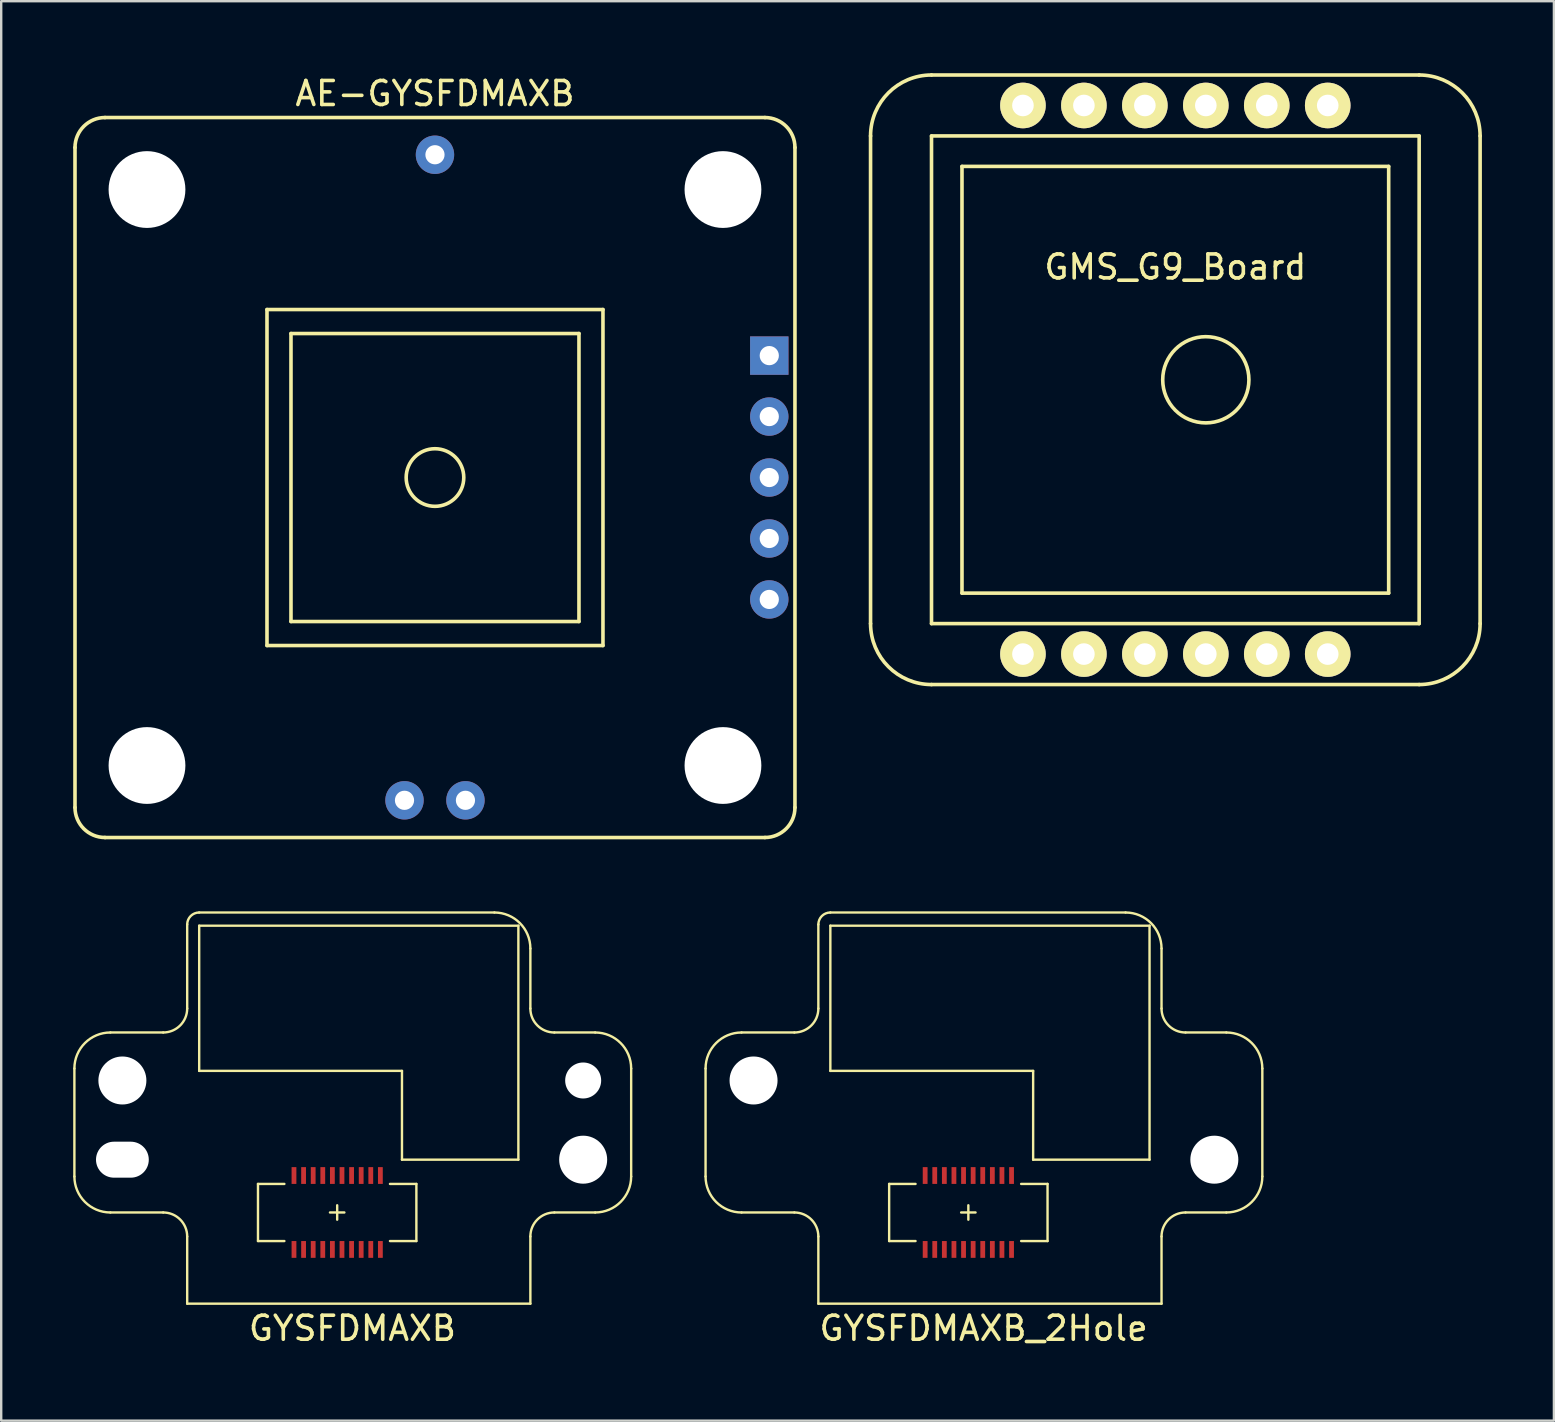
<source format=kicad_pcb>
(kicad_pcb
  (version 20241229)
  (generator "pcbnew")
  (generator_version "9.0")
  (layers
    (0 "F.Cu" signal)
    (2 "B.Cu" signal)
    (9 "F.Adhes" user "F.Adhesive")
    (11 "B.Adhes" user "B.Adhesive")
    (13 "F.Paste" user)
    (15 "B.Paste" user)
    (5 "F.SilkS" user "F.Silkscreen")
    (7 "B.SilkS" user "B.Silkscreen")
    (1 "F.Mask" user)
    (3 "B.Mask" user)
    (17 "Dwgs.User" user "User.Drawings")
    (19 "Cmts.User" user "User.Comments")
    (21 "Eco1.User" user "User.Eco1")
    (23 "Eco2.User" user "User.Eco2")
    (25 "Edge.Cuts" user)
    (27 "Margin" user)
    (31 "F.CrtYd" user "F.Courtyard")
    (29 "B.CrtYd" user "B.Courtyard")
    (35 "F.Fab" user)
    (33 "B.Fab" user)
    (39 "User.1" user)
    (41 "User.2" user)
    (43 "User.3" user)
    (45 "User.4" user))
  (footprint "AE-GYSFDMAXB"
    (layer "F.Cu")
    (at 15.075 16.848)
    (property "Reference" "AE-GYSFDMAXB" (at 0 -16 0) (layer "F.SilkS") (effects (font (size 1 1) (thickness 0.15))))
    (attr through_hole)
    (fp_line (start -15 13.75) (end -15 -13.75) (stroke (width 0.15) (type solid)) (layer "F.SilkS"))
    (fp_line (start -13.75 -15) (end 13.75 -15) (stroke (width 0.15) (type solid)) (layer "F.SilkS"))
    (fp_line (start -7 -7) (end -7 7) (stroke (width 0.15) (type solid)) (layer "F.SilkS"))
    (fp_line (start -7 7) (end 7 7) (stroke (width 0.15) (type solid)) (layer "F.SilkS"))
    (fp_line (start -6 -6) (end -6 6) (stroke (width 0.15) (type solid)) (layer "F.SilkS"))
    (fp_line (start -6 6) (end 6 6) (stroke (width 0.15) (type solid)) (layer "F.SilkS"))
    (fp_line (start 6 -6) (end -6 -6) (stroke (width 0.15) (type solid)) (layer "F.SilkS"))
    (fp_line (start 6 6) (end 6 -6) (stroke (width 0.15) (type solid)) (layer "F.SilkS"))
    (fp_line (start 7 -7) (end -7 -7) (stroke (width 0.15) (type solid)) (layer "F.SilkS"))
    (fp_line (start 7 7) (end 7 -7) (stroke (width 0.15) (type solid)) (layer "F.SilkS"))
    (fp_line (start 13.75 15) (end -13.75 15) (stroke (width 0.15) (type solid)) (layer "F.SilkS"))
    (fp_line (start 15 -13.75) (end 15 13.75) (stroke (width 0.15) (type solid)) (layer "F.SilkS"))
    (fp_arc (start -15 -13.75) (mid -14.633883 -14.633883) (end -13.75 -15) (stroke (width 0.15) (type solid)) (layer "F.SilkS"))
    (fp_arc (start -13.75 15) (mid -14.633883 14.633883) (end -15 13.75) (stroke (width 0.15) (type solid)) (layer "F.SilkS"))
    (fp_arc (start 13.75 -15) (mid 14.633883 -14.633883) (end 15 -13.75) (stroke (width 0.15) (type solid)) (layer "F.SilkS"))
    (fp_arc (start 15 13.75) (mid 14.633883 14.633883) (end 13.75 15) (stroke (width 0.15) (type solid)) (layer "F.SilkS"))
    (fp_circle (center 0 0) (end 1.2 0) (stroke (width 0.15) (type solid)) (fill no) (layer "F.SilkS"))
    (pad "" np_thru_hole circle (at -12 -12) (size 3.2 3.2) (drill 3.2) (layers "*.Cu" "*.Mask"))
    (pad "" np_thru_hole circle (at -12 12) (size 3.2 3.2) (drill 3.2) (layers "*.Cu" "*.Mask"))
    (pad "" np_thru_hole circle (at 12 -12) (size 3.2 3.2) (drill 3.2) (layers "*.Cu" "*.Mask"))
    (pad "" np_thru_hole circle (at 12 12) (size 3.2 3.2) (drill 3.2) (layers "*.Cu" "*.Mask"))
    (pad "1" thru_hole rect (at 13.93 -5.08) (size 1.6 1.6) (drill 0.8) (layers "*.Cu" "*.Mask"))
    (pad "2" thru_hole circle (at 13.93 -2.54) (size 1.6 1.6) (drill 0.8) (layers "*.Cu" "*.Mask"))
    (pad "3" thru_hole circle (at 13.93 0) (size 1.6 1.6) (drill 0.8) (layers "*.Cu" "*.Mask"))
    (pad "4" thru_hole circle (at 13.93 2.54) (size 1.6 1.6) (drill 0.8) (layers "*.Cu" "*.Mask"))
    (pad "5" thru_hole circle (at 13.93 5.08) (size 1.6 1.6) (drill 0.8) (layers "*.Cu" "*.Mask"))
    (pad "6" thru_hole circle (at -1.27 13.45) (size 1.6 1.6) (drill 0.8) (layers "*.Cu" "*.Mask"))
    (pad "6" thru_hole circle (at 1.27 13.45) (size 1.6 1.6) (drill 0.8) (layers "*.Cu" "*.Mask"))
    (pad "7" thru_hole circle (at 0 -13.45) (size 1.6 1.6) (drill 0.8) (layers "*.Cu" "*.Mask")))
  (footprint "GMS_G9_Board"
    (layer "F.Cu")
    (at 45.925 12.775)
    (property "Reference" "GMS_G9_Board" (at 0 -4.7 0) (layer "F.SilkS") (effects (font (size 1 1) (thickness 0.15))))
    (attr through_hole)
    (fp_line (start -12.7 -10.16) (end -12.7 10.16) (stroke (width 0.15) (type solid)) (layer "F.SilkS"))
    (fp_line (start -10.16 -10.16) (end 10.16 -10.16) (stroke (width 0.15) (type solid)) (layer "F.SilkS"))
    (fp_line (start -10.16 10.16) (end -10.16 -10.16) (stroke (width 0.15) (type solid)) (layer "F.SilkS"))
    (fp_line (start -10.16 12.7) (end 10.16 12.7) (stroke (width 0.15) (type solid)) (layer "F.SilkS"))
    (fp_line (start -8.89 -8.89) (end -8.89 8.89) (stroke (width 0.15) (type solid)) (layer "F.SilkS"))
    (fp_line (start -8.89 8.89) (end 8.89 8.89) (stroke (width 0.15) (type solid)) (layer "F.SilkS"))
    (fp_line (start 8.89 -8.89) (end -8.89 -8.89) (stroke (width 0.15) (type solid)) (layer "F.SilkS"))
    (fp_line (start 8.89 8.89) (end 8.89 -8.89) (stroke (width 0.15) (type solid)) (layer "F.SilkS"))
    (fp_line (start 10.16 -12.7) (end -10.16 -12.7) (stroke (width 0.15) (type solid)) (layer "F.SilkS"))
    (fp_line (start 10.16 -10.16) (end 10.16 10.16) (stroke (width 0.15) (type solid)) (layer "F.SilkS"))
    (fp_line (start 10.16 10.16) (end -10.16 10.16) (stroke (width 0.15) (type solid)) (layer "F.SilkS"))
    (fp_line (start 12.7 10.16) (end 12.7 -10.16) (stroke (width 0.15) (type solid)) (layer "F.SilkS"))
    (fp_arc (start -12.7 -10.16) (mid -11.956051 -11.956051) (end -10.16 -12.7) (stroke (width 0.15) (type solid)) (layer "F.SilkS"))
    (fp_arc (start -10.16 12.7) (mid -11.956051 11.956051) (end -12.7 10.16) (stroke (width 0.15) (type solid)) (layer "F.SilkS"))
    (fp_arc (start 10.16 -12.7) (mid 11.956051 -11.956051) (end 12.7 -10.16) (stroke (width 0.15) (type solid)) (layer "F.SilkS"))
    (fp_arc (start 12.7 10.16) (mid 11.956051 11.956051) (end 10.16 12.7) (stroke (width 0.15) (type solid)) (layer "F.SilkS"))
    (fp_circle (center 1.27 0) (end 2.54 1.27) (stroke (width 0.15) (type solid)) (fill no) (layer "F.SilkS"))
    (pad "1" thru_hole circle (at -6.35 11.43) (size 1.9 1.9) (drill 0.9) (layers "*.Cu" "*.Mask" "F.SilkS"))
    (pad "2" thru_hole circle (at -3.81 11.43) (size 1.9 1.9) (drill 0.9) (layers "*.Cu" "*.Mask" "F.SilkS"))
    (pad "3" thru_hole circle (at -1.27 11.43) (size 1.9 1.9) (drill 0.9) (layers "*.Cu" "*.Mask" "F.SilkS"))
    (pad "4" thru_hole circle (at 1.27 11.43) (size 1.9 1.9) (drill 0.9) (layers "*.Cu" "*.Mask" "F.SilkS"))
    (pad "5" thru_hole circle (at 3.81 11.43) (size 1.9 1.9) (drill 0.9) (layers "*.Cu" "*.Mask" "F.SilkS"))
    (pad "6" thru_hole circle (at 6.35 11.43) (size 1.9 1.9) (drill 0.9) (layers "*.Cu" "*.Mask" "F.SilkS"))
    (pad "7" thru_hole circle (at 6.35 -11.43) (size 1.9 1.9) (drill 0.9) (layers "*.Cu" "*.Mask" "F.SilkS"))
    (pad "8" thru_hole circle (at 3.81 -11.43) (size 1.9 1.9) (drill 0.9) (layers "*.Cu" "*.Mask" "F.SilkS"))
    (pad "9" thru_hole circle (at 1.27 -11.43) (size 1.9 1.9) (drill 0.9) (layers "*.Cu" "*.Mask" "F.SilkS"))
    (pad "10" thru_hole circle (at -1.27 -11.43) (size 1.9 1.9) (drill 0.9) (layers "*.Cu" "*.Mask" "F.SilkS"))
    (pad "11" thru_hole circle (at -3.81 -11.43) (size 1.9 1.9) (drill 0.9) (layers "*.Cu" "*.Mask" "F.SilkS"))
    (pad "12" thru_hole circle (at -6.35 -11.43) (size 1.9 1.9) (drill 0.9) (layers "*.Cu" "*.Mask" "F.SilkS")))
  (footprint "GYSFDMAXB_2Hole"
    (layer "F.Cu")
    (at 37.3 47.473)
    (property "Reference" "GYSFDMAXB_2Hole" (at 0.635 4.826 0) (layer "F.SilkS") (effects (font (size 1 1) (thickness 0.15))))
    (attr through_hole)
    (fp_line (start -10.95 -6) (end -10.95 -1.5) (stroke (width 0.1) (type solid)) (layer "F.SilkS"))
    (fp_line (start -9.45 -7.5) (end -7.25 -7.5) (stroke (width 0.1) (type solid)) (layer "F.SilkS"))
    (fp_line (start -7.25 0) (end -9.45 0) (stroke (width 0.1) (type solid)) (layer "F.SilkS"))
    (fp_line (start -6.25 -12) (end -6.25 -8.5) (stroke (width 0.1) (type solid)) (layer "F.SilkS"))
    (fp_line (start -6.25 3.8) (end -6.25 1) (stroke (width 0.1) (type solid)) (layer "F.SilkS"))
    (fp_line (start -5.75 -12.5) (end 6.55 -12.5) (stroke (width 0.1) (type solid)) (layer "F.SilkS"))
    (fp_line (start -5.75 -11.95) (end 7.55 -11.95) (stroke (width 0.1) (type solid)) (layer "F.SilkS"))
    (fp_line (start -5.75 -5.9) (end -5.75 -11.95) (stroke (width 0.1) (type solid)) (layer "F.SilkS"))
    (fp_line (start -3.3 -1.19) (end -3.3 1.19) (stroke (width 0.1) (type solid)) (layer "F.SilkS"))
    (fp_line (start -3.3 -1.19) (end -2.2 -1.19) (stroke (width 0.1) (type solid)) (layer "F.SilkS"))
    (fp_line (start -3.3 1.19) (end -2.2 1.19) (stroke (width 0.1) (type solid)) (layer "F.SilkS"))
    (fp_line (start 0 -0.3) (end 0 0.3) (stroke (width 0.1) (type solid)) (layer "F.SilkS"))
    (fp_line (start 0.3 0) (end -0.3 0) (stroke (width 0.1) (type solid)) (layer "F.SilkS"))
    (fp_line (start 2.7 -5.9) (end -5.75 -5.9) (stroke (width 0.1) (type solid)) (layer "F.SilkS"))
    (fp_line (start 2.7 -2.2) (end 2.7 -5.9) (stroke (width 0.1) (type solid)) (layer "F.SilkS"))
    (fp_line (start 3.3 -1.19) (end 2.2 -1.19) (stroke (width 0.1) (type solid)) (layer "F.SilkS"))
    (fp_line (start 3.3 -1.19) (end 3.3 1.19) (stroke (width 0.1) (type solid)) (layer "F.SilkS"))
    (fp_line (start 3.3 1.19) (end 2.2 1.19) (stroke (width 0.1) (type solid)) (layer "F.SilkS"))
    (fp_line (start 7.55 -11.95) (end 7.55 -2.2) (stroke (width 0.1) (type solid)) (layer "F.SilkS"))
    (fp_line (start 7.55 -2.2) (end 2.7 -2.2) (stroke (width 0.1) (type solid)) (layer "F.SilkS"))
    (fp_line (start 8.05 -11) (end 8.05 -8.5) (stroke (width 0.1) (type solid)) (layer "F.SilkS"))
    (fp_line (start 8.05 1) (end 8.05 3.8) (stroke (width 0.1) (type solid)) (layer "F.SilkS"))
    (fp_line (start 8.05 3.8) (end -6.25 3.8) (stroke (width 0.1) (type solid)) (layer "F.SilkS"))
    (fp_line (start 9.05 -7.5) (end 10.75 -7.5) (stroke (width 0.1) (type solid)) (layer "F.SilkS"))
    (fp_line (start 10.75 0) (end 9.05 0) (stroke (width 0.1) (type solid)) (layer "F.SilkS"))
    (fp_line (start 12.25 -6) (end 12.25 -1.5) (stroke (width 0.1) (type solid)) (layer "F.SilkS"))
    (fp_arc (start -10.95 -6) (mid -10.51066 -7.06066) (end -9.45 -7.5) (stroke (width 0.1) (type solid)) (layer "F.SilkS"))
    (fp_arc (start -9.45 0) (mid -10.51066 -0.43934) (end -10.95 -1.5) (stroke (width 0.1) (type solid)) (layer "F.SilkS"))
    (fp_arc (start -7.25 0) (mid -6.542893 0.292893) (end -6.25 1) (stroke (width 0.1) (type solid)) (layer "F.SilkS"))
    (fp_arc (start -6.25 -12) (mid -6.103553 -12.353553) (end -5.75 -12.5) (stroke (width 0.1) (type solid)) (layer "F.SilkS"))
    (fp_arc (start -6.25 -8.5) (mid -6.542893 -7.792893) (end -7.25 -7.5) (stroke (width 0.1) (type solid)) (layer "F.SilkS"))
    (fp_arc (start 6.55 -12.5) (mid 7.61066 -12.06066) (end 8.05 -11) (stroke (width 0.1) (type solid)) (layer "F.SilkS"))
    (fp_arc (start 8.05 1) (mid 8.342893 0.292893) (end 9.05 0) (stroke (width 0.1) (type solid)) (layer "F.SilkS"))
    (fp_arc (start 9.05 -7.5) (mid 8.342893 -7.792893) (end 8.05 -8.5) (stroke (width 0.1) (type solid)) (layer "F.SilkS"))
    (fp_arc (start 10.75 -7.5) (mid 11.81066 -7.06066) (end 12.25 -6) (stroke (width 0.1) (type solid)) (layer "F.SilkS"))
    (fp_arc (start 12.25 -1.5) (mid 11.81066 -0.43934) (end 10.75 0) (stroke (width 0.1) (type solid)) (layer "F.SilkS"))
    (pad "" np_thru_hole circle (at -8.95 -5.5) (size 2 2) (drill 2) (layers "*.Cu" "*.Mask"))
    (pad "" np_thru_hole circle (at 10.25 -2.2) (size 2 2) (drill 2) (layers "*.Cu" "*.Mask"))
    (pad "1" smd rect (at 1.8 1.54) (size 0.2 0.7) (layers "F.Cu" "F.Mask" "F.Paste"))
    (pad "2" smd rect (at 1.8 -1.54) (size 0.2 0.7) (layers "F.Cu" "F.Mask" "F.Paste"))
    (pad "3" smd rect (at 1.4 1.54) (size 0.2 0.7) (layers "F.Cu" "F.Mask" "F.Paste"))
    (pad "4" smd rect (at 1.4 -1.54) (size 0.2 0.7) (layers "F.Cu" "F.Mask" "F.Paste"))
    (pad "5" smd rect (at 1 1.54) (size 0.2 0.7) (layers "F.Cu" "F.Mask" "F.Paste"))
    (pad "6" smd rect (at 1 -1.54) (size 0.2 0.7) (layers "F.Cu" "F.Mask" "F.Paste"))
    (pad "7" smd rect (at 0.6 1.54) (size 0.2 0.7) (layers "F.Cu" "F.Mask" "F.Paste"))
    (pad "8" smd rect (at 0.6 -1.54) (size 0.2 0.7) (layers "F.Cu" "F.Mask" "F.Paste"))
    (pad "9" smd rect (at 0.2 1.54) (size 0.2 0.7) (layers "F.Cu" "F.Mask" "F.Paste"))
    (pad "10" smd rect (at 0.2 -1.54) (size 0.2 0.7) (layers "F.Cu" "F.Mask" "F.Paste"))
    (pad "11" smd rect (at -0.2 1.54) (size 0.2 0.7) (layers "F.Cu" "F.Mask" "F.Paste"))
    (pad "12" smd rect (at -0.2 -1.54) (size 0.2 0.7) (layers "F.Cu" "F.Mask" "F.Paste"))
    (pad "13" smd rect (at -0.6 1.54) (size 0.2 0.7) (layers "F.Cu" "F.Mask" "F.Paste"))
    (pad "14" smd rect (at -0.6 -1.54) (size 0.2 0.7) (layers "F.Cu" "F.Mask" "F.Paste"))
    (pad "15" smd rect (at -1 1.54) (size 0.2 0.7) (layers "F.Cu" "F.Mask" "F.Paste"))
    (pad "16" smd rect (at -1 -1.54) (size 0.2 0.7) (layers "F.Cu" "F.Mask" "F.Paste"))
    (pad "17" smd rect (at -1.4 1.54) (size 0.2 0.7) (layers "F.Cu" "F.Mask" "F.Paste"))
    (pad "18" smd rect (at -1.4 -1.54) (size 0.2 0.7) (layers "F.Cu" "F.Mask" "F.Paste"))
    (pad "19" smd rect (at -1.8 1.54) (size 0.2 0.7) (layers "F.Cu" "F.Mask" "F.Paste"))
    (pad "20" smd rect (at -1.8 -1.54) (size 0.2 0.7) (layers "F.Cu" "F.Mask" "F.Paste")))
  (footprint "GYSFDMAXB"
    (layer "F.Cu")
    (at 11 47.473)
    (property "Reference" "GYSFDMAXB" (at 0.635 4.826 0) (layer "F.SilkS") (effects (font (size 1 1) (thickness 0.15))))
    (attr through_hole)
    (fp_line (start -10.95 -6) (end -10.95 -1.5) (stroke (width 0.1) (type solid)) (layer "F.SilkS"))
    (fp_line (start -9.45 -7.5) (end -7.25 -7.5) (stroke (width 0.1) (type solid)) (layer "F.SilkS"))
    (fp_line (start -7.25 0) (end -9.45 0) (stroke (width 0.1) (type solid)) (layer "F.SilkS"))
    (fp_line (start -6.25 -12) (end -6.25 -8.5) (stroke (width 0.1) (type solid)) (layer "F.SilkS"))
    (fp_line (start -6.25 3.8) (end -6.25 1) (stroke (width 0.1) (type solid)) (layer "F.SilkS"))
    (fp_line (start -5.75 -12.5) (end 6.55 -12.5) (stroke (width 0.1) (type solid)) (layer "F.SilkS"))
    (fp_line (start -5.75 -11.95) (end 7.55 -11.95) (stroke (width 0.1) (type solid)) (layer "F.SilkS"))
    (fp_line (start -5.75 -5.9) (end -5.75 -11.95) (stroke (width 0.1) (type solid)) (layer "F.SilkS"))
    (fp_line (start -3.3 -1.19) (end -3.3 1.19) (stroke (width 0.1) (type solid)) (layer "F.SilkS"))
    (fp_line (start -3.3 -1.19) (end -2.2 -1.19) (stroke (width 0.1) (type solid)) (layer "F.SilkS"))
    (fp_line (start -3.3 1.19) (end -2.2 1.19) (stroke (width 0.1) (type solid)) (layer "F.SilkS"))
    (fp_line (start 0 -0.3) (end 0 0.3) (stroke (width 0.1) (type solid)) (layer "F.SilkS"))
    (fp_line (start 0.3 0) (end -0.3 0) (stroke (width 0.1) (type solid)) (layer "F.SilkS"))
    (fp_line (start 2.7 -5.9) (end -5.75 -5.9) (stroke (width 0.1) (type solid)) (layer "F.SilkS"))
    (fp_line (start 2.7 -2.2) (end 2.7 -5.9) (stroke (width 0.1) (type solid)) (layer "F.SilkS"))
    (fp_line (start 3.3 -1.19) (end 2.2 -1.19) (stroke (width 0.1) (type solid)) (layer "F.SilkS"))
    (fp_line (start 3.3 -1.19) (end 3.3 1.19) (stroke (width 0.1) (type solid)) (layer "F.SilkS"))
    (fp_line (start 3.3 1.19) (end 2.2 1.19) (stroke (width 0.1) (type solid)) (layer "F.SilkS"))
    (fp_line (start 7.55 -11.95) (end 7.55 -2.2) (stroke (width 0.1) (type solid)) (layer "F.SilkS"))
    (fp_line (start 7.55 -2.2) (end 2.7 -2.2) (stroke (width 0.1) (type solid)) (layer "F.SilkS"))
    (fp_line (start 8.05 -11) (end 8.05 -8.5) (stroke (width 0.1) (type solid)) (layer "F.SilkS"))
    (fp_line (start 8.05 1) (end 8.05 3.8) (stroke (width 0.1) (type solid)) (layer "F.SilkS"))
    (fp_line (start 8.05 3.8) (end -6.25 3.8) (stroke (width 0.1) (type solid)) (layer "F.SilkS"))
    (fp_line (start 9.05 -7.5) (end 10.75 -7.5) (stroke (width 0.1) (type solid)) (layer "F.SilkS"))
    (fp_line (start 10.75 0) (end 9.05 0) (stroke (width 0.1) (type solid)) (layer "F.SilkS"))
    (fp_line (start 12.25 -6) (end 12.25 -1.5) (stroke (width 0.1) (type solid)) (layer "F.SilkS"))
    (fp_arc (start -10.95 -6) (mid -10.51066 -7.06066) (end -9.45 -7.5) (stroke (width 0.1) (type solid)) (layer "F.SilkS"))
    (fp_arc (start -9.45 0) (mid -10.51066 -0.43934) (end -10.95 -1.5) (stroke (width 0.1) (type solid)) (layer "F.SilkS"))
    (fp_arc (start -7.25 0) (mid -6.542893 0.292893) (end -6.25 1) (stroke (width 0.1) (type solid)) (layer "F.SilkS"))
    (fp_arc (start -6.25 -12) (mid -6.103553 -12.353553) (end -5.75 -12.5) (stroke (width 0.1) (type solid)) (layer "F.SilkS"))
    (fp_arc (start -6.25 -8.5) (mid -6.542893 -7.792893) (end -7.25 -7.5) (stroke (width 0.1) (type solid)) (layer "F.SilkS"))
    (fp_arc (start 6.55 -12.5) (mid 7.61066 -12.06066) (end 8.05 -11) (stroke (width 0.1) (type solid)) (layer "F.SilkS"))
    (fp_arc (start 8.05 1) (mid 8.342893 0.292893) (end 9.05 0) (stroke (width 0.1) (type solid)) (layer "F.SilkS"))
    (fp_arc (start 9.05 -7.5) (mid 8.342893 -7.792893) (end 8.05 -8.5) (stroke (width 0.1) (type solid)) (layer "F.SilkS"))
    (fp_arc (start 10.75 -7.5) (mid 11.81066 -7.06066) (end 12.25 -6) (stroke (width 0.1) (type solid)) (layer "F.SilkS"))
    (fp_arc (start 12.25 -1.5) (mid 11.81066 -0.43934) (end 10.75 0) (stroke (width 0.1) (type solid)) (layer "F.SilkS"))
    (pad "" np_thru_hole circle (at -8.95 -5.5) (size 2 2) (drill 2) (layers "*.Cu" "*.Mask"))
    (pad "" np_thru_hole oval (at -8.95 -2.2) (size 2.2 1.5) (drill oval 2.2 1.5) (layers "*.Cu" "*.Mask"))
    (pad "" np_thru_hole circle (at 10.25 -5.5) (size 1.5 1.5) (drill 1.5) (layers "*.Cu" "*.Mask"))
    (pad "" np_thru_hole circle (at 10.25 -2.2) (size 2 2) (drill 2) (layers "*.Cu" "*.Mask"))
    (pad "1" smd rect (at 1.8 1.54) (size 0.2 0.7) (layers "F.Cu" "F.Mask" "F.Paste"))
    (pad "2" smd rect (at 1.8 -1.54) (size 0.2 0.7) (layers "F.Cu" "F.Mask" "F.Paste"))
    (pad "3" smd rect (at 1.4 1.54) (size 0.2 0.7) (layers "F.Cu" "F.Mask" "F.Paste"))
    (pad "4" smd rect (at 1.4 -1.54) (size 0.2 0.7) (layers "F.Cu" "F.Mask" "F.Paste"))
    (pad "5" smd rect (at 1 1.54) (size 0.2 0.7) (layers "F.Cu" "F.Mask" "F.Paste"))
    (pad "6" smd rect (at 1 -1.54) (size 0.2 0.7) (layers "F.Cu" "F.Mask" "F.Paste"))
    (pad "7" smd rect (at 0.6 1.54) (size 0.2 0.7) (layers "F.Cu" "F.Mask" "F.Paste"))
    (pad "8" smd rect (at 0.6 -1.54) (size 0.2 0.7) (layers "F.Cu" "F.Mask" "F.Paste"))
    (pad "9" smd rect (at 0.2 1.54) (size 0.2 0.7) (layers "F.Cu" "F.Mask" "F.Paste"))
    (pad "10" smd rect (at 0.2 -1.54) (size 0.2 0.7) (layers "F.Cu" "F.Mask" "F.Paste"))
    (pad "11" smd rect (at -0.2 1.54) (size 0.2 0.7) (layers "F.Cu" "F.Mask" "F.Paste"))
    (pad "12" smd rect (at -0.2 -1.54) (size 0.2 0.7) (layers "F.Cu" "F.Mask" "F.Paste"))
    (pad "13" smd rect (at -0.6 1.54) (size 0.2 0.7) (layers "F.Cu" "F.Mask" "F.Paste"))
    (pad "14" smd rect (at -0.6 -1.54) (size 0.2 0.7) (layers "F.Cu" "F.Mask" "F.Paste"))
    (pad "15" smd rect (at -1 1.54) (size 0.2 0.7) (layers "F.Cu" "F.Mask" "F.Paste"))
    (pad "16" smd rect (at -1 -1.54) (size 0.2 0.7) (layers "F.Cu" "F.Mask" "F.Paste"))
    (pad "17" smd rect (at -1.4 1.54) (size 0.2 0.7) (layers "F.Cu" "F.Mask" "F.Paste"))
    (pad "18" smd rect (at -1.4 -1.54) (size 0.2 0.7) (layers "F.Cu" "F.Mask" "F.Paste"))
    (pad "19" smd rect (at -1.8 1.54) (size 0.2 0.7) (layers "F.Cu" "F.Mask" "F.Paste"))
    (pad "20" smd rect (at -1.8 -1.54) (size 0.2 0.7) (layers "F.Cu" "F.Mask" "F.Paste")))
  (gr_rect
    (start -3 -3)
    (end 61.7 56.148)
    (stroke (width 0.1) (type default))
    (fill no)
    (layer "Edge.Cuts")))
</source>
